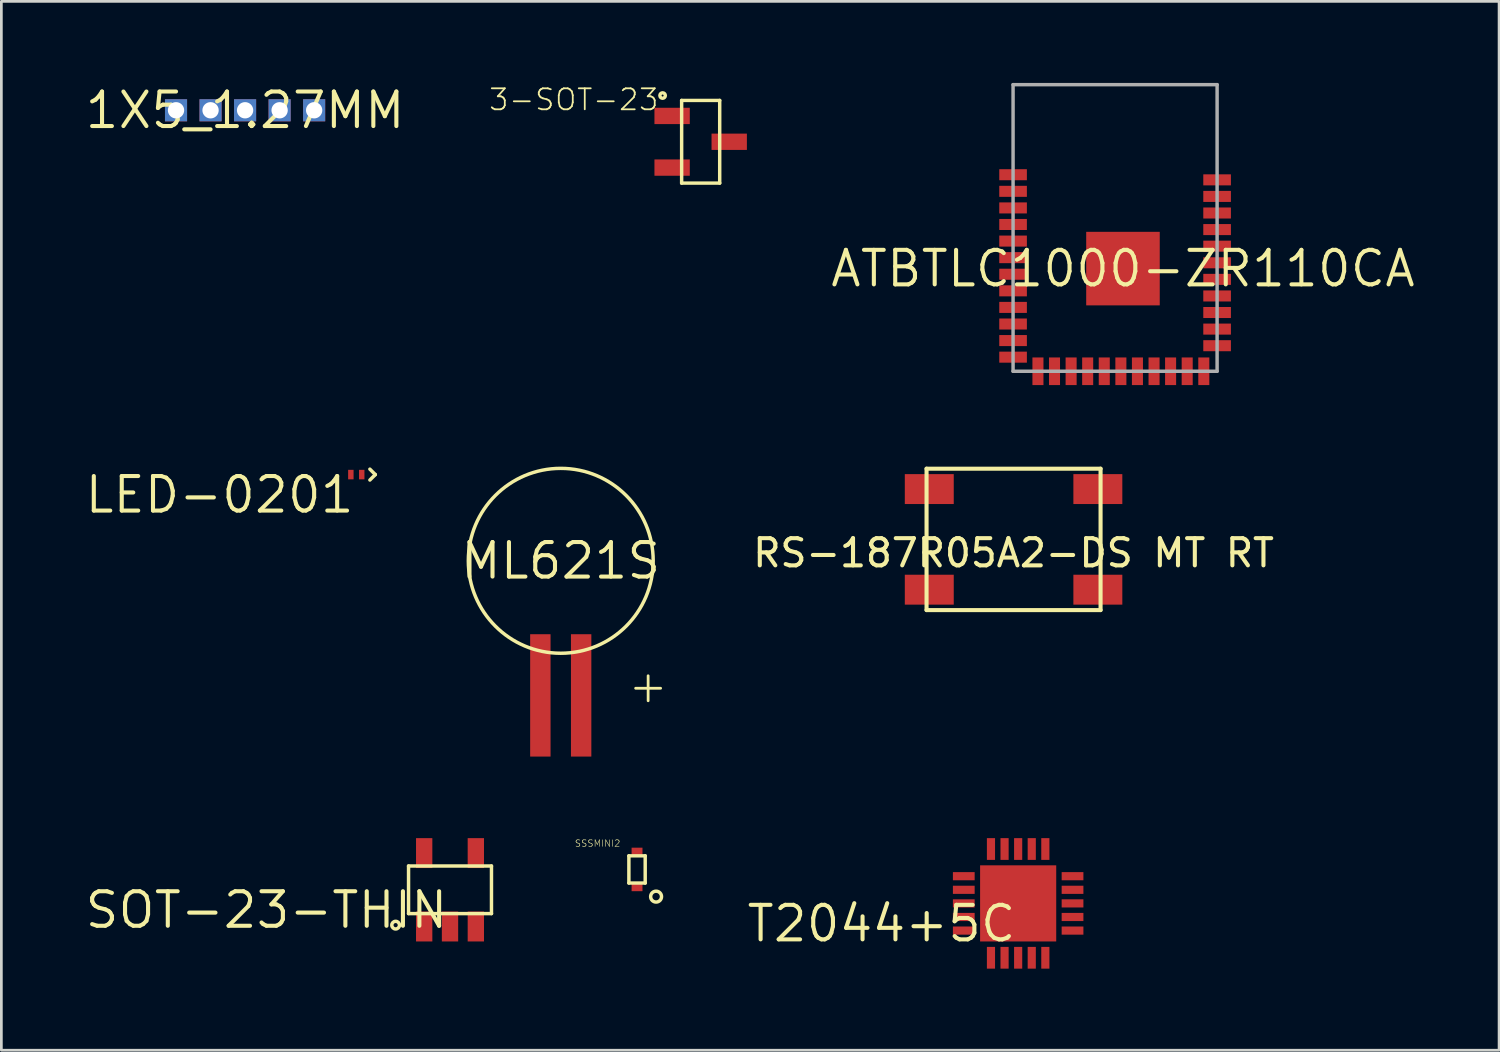
<source format=kicad_pcb>
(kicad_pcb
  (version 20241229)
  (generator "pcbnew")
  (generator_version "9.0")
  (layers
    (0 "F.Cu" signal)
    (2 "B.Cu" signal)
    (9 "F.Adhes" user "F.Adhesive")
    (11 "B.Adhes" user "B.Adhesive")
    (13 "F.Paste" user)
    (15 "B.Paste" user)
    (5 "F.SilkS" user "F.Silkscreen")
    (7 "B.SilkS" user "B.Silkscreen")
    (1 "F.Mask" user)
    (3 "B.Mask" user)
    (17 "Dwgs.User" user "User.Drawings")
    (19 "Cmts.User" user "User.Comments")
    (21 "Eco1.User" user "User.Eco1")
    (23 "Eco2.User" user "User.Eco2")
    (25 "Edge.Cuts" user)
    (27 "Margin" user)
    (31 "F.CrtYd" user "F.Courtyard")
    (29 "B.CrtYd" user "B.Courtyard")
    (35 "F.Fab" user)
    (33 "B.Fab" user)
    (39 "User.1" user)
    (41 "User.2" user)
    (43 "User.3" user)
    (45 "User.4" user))
  (footprint "SSSMINI2"
    (layer "F.Cu")
    (at 20.38 28.927)
    (property "Reference" "SSSMINI2" (at -0.6 -1.1 0) (layer "F.SilkS") (effects (font (size 0.241 0.241) (thickness 0.02)) (justify right top)))
    (attr through_hole)
    (fp_line (start -0.3 -0.5) (end 0.3 -0.5) (stroke (width 0.127) (type solid)) (layer "F.SilkS"))
    (fp_line (start -0.3 0.5) (end -0.3 -0.5) (stroke (width 0.127) (type solid)) (layer "F.SilkS"))
    (fp_line (start 0.3 -0.5) (end 0.3 0.5) (stroke (width 0.127) (type solid)) (layer "F.SilkS"))
    (fp_line (start 0.3 0.5) (end -0.3 0.5) (stroke (width 0.127) (type solid)) (layer "F.SilkS"))
    (fp_circle (center 0.7 1) (end 0.9 1) (stroke (width 0.127) (type solid)) (fill no) (layer "F.SilkS"))
    (pad "P$1" smd rect (at 0 0.65) (size 0.4 0.3) (layers "F.Cu" "F.Mask" "F.Paste"))
    (pad "P$2" smd rect (at 0 -0.65) (size 0.4 0.3) (layers "F.Cu" "F.Mask" "F.Paste")))
  (footprint "SOT-23-THIN"
    (layer "F.Cu")
    (at 13.501 29.676)
    (property "Reference" "SOT-23-THIN" (at 0 0 0) (layer "F.SilkS") (effects (font (size 1.27 1.27) (thickness 0.15)) (justify right top)))
    (attr through_hole)
    (fp_line (start -1.525 -0.875) (end -1.525 0.875) (stroke (width 0.127) (type solid)) (layer "F.SilkS"))
    (fp_line (start -1.525 0.875) (end 1.525 0.875) (stroke (width 0.127) (type solid)) (layer "F.SilkS"))
    (fp_line (start 1.525 -0.875) (end -1.525 -0.875) (stroke (width 0.127) (type solid)) (layer "F.SilkS"))
    (fp_line (start 1.525 0.875) (end 1.525 -0.875) (stroke (width 0.127) (type solid)) (layer "F.SilkS"))
    (fp_circle (center -2 1.3) (end -1.859 1.3) (stroke (width 0.127) (type solid)) (fill no) (layer "F.SilkS"))
    (pad "P$1" smd rect (at -0.95 1.35) (size 0.6 1.1) (layers "F.Cu" "F.Mask" "F.Paste"))
    (pad "P$2" smd rect (at 0 1.35) (size 0.6 1.1) (layers "F.Cu" "F.Mask" "F.Paste"))
    (pad "P$3" smd rect (at 0.95 1.35) (size 0.6 1.1) (layers "F.Cu" "F.Mask" "F.Paste"))
    (pad "P$4" smd rect (at 0.95 -1.35) (size 0.6 1.1) (layers "F.Cu" "F.Mask" "F.Paste"))
    (pad "P$5" smd rect (at -0.95 -1.35) (size 0.6 1.1) (layers "F.Cu" "F.Mask" "F.Paste")))
  (footprint "ATBTLC1000-ZR110CA"
    (layer "F.Cu")
    (at 38.252 6.829)
    (property "Reference" "ATBTLC1000-ZR110CA" (at 0 0 0) (layer "F.SilkS") (effects (font (size 1.27 1.27) (thickness 0.15))))
    (attr through_hole)
    (fp_line (start -4.042 -6.766) (end 3.462 -6.766) (stroke (width 0.127) (type solid)) (layer "F.Fab"))
    (fp_line (start -4.042 3.776) (end -4.042 -6.766) (stroke (width 0.127) (type solid)) (layer "F.Fab"))
    (fp_line (start 3.462 -6.766) (end 3.462 3.776) (stroke (width 0.127) (type solid)) (layer "F.Fab"))
    (fp_line (start 3.462 3.776) (end -4.042 3.776) (stroke (width 0.127) (type solid)) (layer "F.Fab"))
    (pad "P$1" smd rect (at 3.462 2.836) (size 1.016 0.406) (layers "F.Cu" "F.Mask" "F.Paste"))
    (pad "P$2" smd rect (at 3.462 2.225) (size 1.016 0.406) (layers "F.Cu" "F.Mask" "F.Paste"))
    (pad "P$3" smd rect (at 3.462 1.615) (size 1.016 0.406) (layers "F.Cu" "F.Mask" "F.Paste"))
    (pad "P$4" smd rect (at 3.462 1.006) (size 1.016 0.406) (layers "F.Cu" "F.Mask" "F.Paste"))
    (pad "P$5" smd rect (at 3.462 0.396) (size 1.016 0.406) (layers "F.Cu" "F.Mask" "F.Paste"))
    (pad "P$6" smd rect (at 3.462 -0.214) (size 1.016 0.406) (layers "F.Cu" "F.Mask" "F.Paste"))
    (pad "P$7" smd rect (at 3.462 -0.825) (size 1.016 0.406) (layers "F.Cu" "F.Mask" "F.Paste"))
    (pad "P$8" smd rect (at 3.462 -1.435) (size 1.016 0.406) (layers "F.Cu" "F.Mask" "F.Paste"))
    (pad "P$9" smd rect (at 3.462 -2.045) (size 1.016 0.406) (layers "F.Cu" "F.Mask" "F.Paste"))
    (pad "P$10" smd rect (at 3.462 -2.655) (size 1.016 0.406) (layers "F.Cu" "F.Mask" "F.Paste"))
    (pad "P$11" smd rect (at 3.462 -3.264) (size 1.016 0.406) (layers "F.Cu" "F.Mask" "F.Paste"))
    (pad "P$12" smd rect (at -4.042 -3.453) (size 1.016 0.406) (layers "F.Cu" "F.Mask" "F.Paste"))
    (pad "P$13" smd rect (at -4.042 -2.842) (size 1.016 0.406) (layers "F.Cu" "F.Mask" "F.Paste"))
    (pad "P$14" smd rect (at -4.042 -2.232) (size 1.016 0.406) (layers "F.Cu" "F.Mask" "F.Paste"))
    (pad "P$15" smd rect (at -4.042 -1.623) (size 1.016 0.406) (layers "F.Cu" "F.Mask" "F.Paste"))
    (pad "P$16" smd rect (at -4.042 -1.012) (size 1.016 0.406) (layers "F.Cu" "F.Mask" "F.Paste"))
    (pad "P$17" smd rect (at -4.042 -0.403) (size 1.016 0.406) (layers "F.Cu" "F.Mask" "F.Paste"))
    (pad "P$18" smd rect (at -4.042 0.207) (size 1.016 0.406) (layers "F.Cu" "F.Mask" "F.Paste"))
    (pad "P$19" smd rect (at -4.042 0.818) (size 1.016 0.406) (layers "F.Cu" "F.Mask" "F.Paste"))
    (pad "P$20" smd rect (at -4.042 1.427) (size 1.016 0.406) (layers "F.Cu" "F.Mask" "F.Paste"))
    (pad "P$21" smd rect (at -4.042 2.038) (size 1.016 0.406) (layers "F.Cu" "F.Mask" "F.Paste"))
    (pad "P$22" smd rect (at -4.042 2.647) (size 1.016 0.406) (layers "F.Cu" "F.Mask" "F.Paste"))
    (pad "P$23" smd rect (at -4.042 3.257) (size 1.016 0.406) (layers "F.Cu" "F.Mask" "F.Paste"))
    (pad "P$24" smd rect (at -3.127 3.776) (size 0.406 1.016) (layers "F.Cu" "F.Mask" "F.Paste"))
    (pad "P$25" smd rect (at -2.518 3.776) (size 0.406 1.016) (layers "F.Cu" "F.Mask" "F.Paste"))
    (pad "P$26" smd rect (at -1.907 3.776) (size 0.406 1.016) (layers "F.Cu" "F.Mask" "F.Paste"))
    (pad "P$27" smd rect (at -1.298 3.776) (size 0.406 1.016) (layers "F.Cu" "F.Mask" "F.Paste"))
    (pad "P$28" smd rect (at -0.688 3.776) (size 0.406 1.016) (layers "F.Cu" "F.Mask" "F.Paste"))
    (pad "P$29" smd rect (at -0.077 3.776) (size 0.406 1.016) (layers "F.Cu" "F.Mask" "F.Paste"))
    (pad "P$30" smd rect (at 0.532 3.776) (size 0.406 1.016) (layers "F.Cu" "F.Mask" "F.Paste"))
    (pad "P$31" smd rect (at 1.143 3.776) (size 0.406 1.016) (layers "F.Cu" "F.Mask" "F.Paste"))
    (pad "P$32" smd rect (at 1.752 3.776) (size 0.406 1.016) (layers "F.Cu" "F.Mask" "F.Paste"))
    (pad "P$33" smd rect (at 2.362 3.776) (size 0.406 1.016) (layers "F.Cu" "F.Mask" "F.Paste"))
    (pad "P$34" smd rect (at 2.973 3.776) (size 0.406 1.016) (layers "F.Cu" "F.Mask" "F.Paste"))
    (pad "P$35" smd rect (at 0 0) (size 2.705 2.705) (layers "F.Cu" "F.Mask" "F.Paste")))
  (footprint "1X5_1.27MM"
    (layer "F.Cu")
    (at 5.964 1.006)
    (property "Reference" "1X5_1.27MM" (at 0 0 0) (layer "F.SilkS") (effects (font (size 1.27 1.27) (thickness 0.15))))
    (attr through_hole)
    (pad "P$1" thru_hole rect (at -2.54 0) (size 0.813 0.813) (drill 0.6) (layers "*.Cu" "*.Mask"))
    (pad "P$2" thru_hole rect (at -1.27 0) (size 0.813 0.813) (drill 0.6) (layers "*.Cu" "*.Mask"))
    (pad "P$3" thru_hole rect (at 0 0) (size 0.813 0.813) (drill 0.6) (layers "*.Cu" "*.Mask"))
    (pad "P$4" thru_hole rect (at 1.27 0) (size 0.813 0.813) (drill 0.6) (layers "*.Cu" "*.Mask"))
    (pad "P$5" thru_hole rect (at 2.54 0) (size 0.813 0.813) (drill 0.6) (layers "*.Cu" "*.Mask")))
  (footprint "LED-0201"
    (layer "F.Cu")
    (at 10.054 14.405)
    (property "Reference" "LED-0201" (at 0 0 0) (layer "F.SilkS") (effects (font (size 1.27 1.27) (thickness 0.15)) (justify right top)))
    (attr through_hole)
    (fp_line (start 0.5 -0.2) (end 0.7 0) (stroke (width 0.127) (type solid)) (layer "F.SilkS"))
    (fp_line (start 0.7 0) (end 0.5 0.2) (stroke (width 0.127) (type solid)) (layer "F.SilkS"))
    (pad "A" smd rect (at -0.2 0) (size 0.2 0.35) (layers "F.Cu" "F.Mask" "F.Paste"))
    (pad "C" smd rect (at 0.2 0) (size 0.2 0.35) (layers "F.Cu" "F.Mask" "F.Paste")))
  (footprint "RS-187R05A2-DS MT RT"
    (layer "F.Cu")
    (at 34.228 16.788)
    (property "Reference" "RS-187R05A2-DS MT RT" (at 0 0.5 0) (layer "F.SilkS") (effects (font (size 1 1) (thickness 0.15))))
    (attr through_hole)
    (fp_line (start -3.2 -2.6) (end 3.2 -2.6) (stroke (width 0.15) (type solid)) (layer "F.SilkS"))
    (fp_line (start -3.2 2.6) (end -3.2 -2.6) (stroke (width 0.15) (type solid)) (layer "F.SilkS"))
    (fp_line (start 3.2 -2.6) (end 3.2 2.6) (stroke (width 0.15) (type solid)) (layer "F.SilkS"))
    (fp_line (start 3.2 2.6) (end -3.2 2.6) (stroke (width 0.15) (type solid)) (layer "F.SilkS"))
    (pad "1" smd rect (at -3.1 -1.85) (size 1.8 1.1) (layers "F.Cu" "F.Mask" "F.Paste"))
    (pad "2" smd rect (at 3.1 -1.85) (size 1.8 1.1) (layers "F.Cu" "F.Mask" "F.Paste"))
    (pad "3" smd rect (at 3.1 1.85) (size 1.8 1.1) (layers "F.Cu" "F.Mask" "F.Paste"))
    (pad "4" smd rect (at -3.1 1.85) (size 1.8 1.1) (layers "F.Cu" "F.Mask" "F.Paste")))
  (footprint "ML621S"
    (layer "F.Cu")
    (at 17.574 17.576)
    (property "Reference" "ML621S" (at 0 0 0) (layer "F.SilkS") (effects (font (size 1.27 1.27) (thickness 0.15))))
    (attr through_hole)
    (fp_circle (center 0 0) (end 3.4 0) (stroke (width 0.127) (type solid)) (fill no) (layer "F.SilkS"))
    (fp_text user "+" (at 2.4 5.3 0) (layer "F.SilkS") (effects (font (size 1.206 1.206) (thickness 0.102)) (justify left bottom)))
    (pad "P$1" smd rect (at 0.75 4.95) (size 0.75 4.5) (layers "F.Cu" "F.Mask" "F.Paste"))
    (pad "P$2" smd rect (at -0.75 4.95) (size 0.75 4.5) (layers "F.Cu" "F.Mask" "F.Paste")))
  (footprint "3-SOT-23"
    (layer "F.Cu")
    (at 22.72 2.164)
    (property "Reference" "3-SOT-23" (at -1.5 -2 0) (layer "F.SilkS") (effects (font (size 0.772 0.772) (thickness 0.065)) (justify right top)))
    (attr through_hole)
    (fp_line (start -0.7 -1.52) (end 0.7 -1.52) (stroke (width 0.127) (type solid)) (layer "F.SilkS"))
    (fp_line (start -0.7 1.52) (end -0.7 -1.52) (stroke (width 0.127) (type solid)) (layer "F.SilkS"))
    (fp_line (start 0.7 -1.52) (end 0.7 1.52) (stroke (width 0.127) (type solid)) (layer "F.SilkS"))
    (fp_line (start 0.7 1.52) (end -0.7 1.52) (stroke (width 0.127) (type solid)) (layer "F.SilkS"))
    (fp_circle (center -1.4 -1.7) (end -1.3 -1.7) (stroke (width 0.127) (type solid)) (fill no) (layer "F.SilkS"))
    (pad "P$1" smd rect (at -1.05 -0.95) (size 1.3 0.6) (layers "F.Cu" "F.Mask" "F.Paste"))
    (pad "P$2" smd rect (at -1.05 0.95) (size 1.3 0.6) (layers "F.Cu" "F.Mask" "F.Paste"))
    (pad "P$3" smd rect (at 1.05 0) (size 1.3 0.6) (layers "F.Cu" "F.Mask" "F.Paste")))
  (footprint "T2044+5C"
    (layer "F.Cu")
    (at 34.397 30.176)
    (property "Reference" "T2044+5C" (at 0 0 0) (layer "F.SilkS") (effects (font (size 1.27 1.27) (thickness 0.15)) (justify right top)))
    (attr through_hole)
    (pad "P$0" smd rect (at 0 0) (size 2.8 2.8) (layers "F.Cu" "F.Mask" "F.Paste"))
    (pad "P$1" smd rect (at -1 2) (size 0.3 0.8) (layers "F.Cu" "F.Mask" "F.Paste"))
    (pad "P$2" smd rect (at -0.5 2) (size 0.3 0.8) (layers "F.Cu" "F.Mask" "F.Paste"))
    (pad "P$3" smd rect (at 0 2) (size 0.3 0.8) (layers "F.Cu" "F.Mask" "F.Paste"))
    (pad "P$4" smd rect (at 0.5 2) (size 0.3 0.8) (layers "F.Cu" "F.Mask" "F.Paste"))
    (pad "P$5" smd rect (at 1 2) (size 0.3 0.8) (layers "F.Cu" "F.Mask" "F.Paste"))
    (pad "P$6" smd rect (at 2 1) (size 0.8 0.3) (layers "F.Cu" "F.Mask" "F.Paste"))
    (pad "P$7" smd rect (at 2 0.5) (size 0.8 0.3) (layers "F.Cu" "F.Mask" "F.Paste"))
    (pad "P$8" smd rect (at 2 0) (size 0.8 0.3) (layers "F.Cu" "F.Mask" "F.Paste"))
    (pad "P$9" smd rect (at 2 -0.5) (size 0.8 0.3) (layers "F.Cu" "F.Mask" "F.Paste"))
    (pad "P$10" smd rect (at 2 -1) (size 0.8 0.3) (layers "F.Cu" "F.Mask" "F.Paste"))
    (pad "P$11" smd rect (at 1 -2) (size 0.3 0.8) (layers "F.Cu" "F.Mask" "F.Paste"))
    (pad "P$12" smd rect (at 0.5 -2) (size 0.3 0.8) (layers "F.Cu" "F.Mask" "F.Paste"))
    (pad "P$13" smd rect (at 0 -2) (size 0.3 0.8) (layers "F.Cu" "F.Mask" "F.Paste"))
    (pad "P$14" smd rect (at -0.5 -2) (size 0.3 0.8) (layers "F.Cu" "F.Mask" "F.Paste"))
    (pad "P$15" smd rect (at -1 -2) (size 0.3 0.8) (layers "F.Cu" "F.Mask" "F.Paste"))
    (pad "P$16" smd rect (at -2 -1) (size 0.8 0.3) (layers "F.Cu" "F.Mask" "F.Paste"))
    (pad "P$17" smd rect (at -2 -0.5) (size 0.8 0.3) (layers "F.Cu" "F.Mask" "F.Paste"))
    (pad "P$18" smd rect (at -2 0) (size 0.8 0.3) (layers "F.Cu" "F.Mask" "F.Paste"))
    (pad "P$19" smd rect (at -2 0.5) (size 0.8 0.3) (layers "F.Cu" "F.Mask" "F.Paste"))
    (pad "P$20" smd rect (at -2 1) (size 0.8 0.3) (layers "F.Cu" "F.Mask" "F.Paste")))
  (gr_rect
    (start -3 -3)
    (end 52.085 35.576)
    (stroke (width 0.1) (type default))
    (fill no)
    (layer "Edge.Cuts")))
</source>
